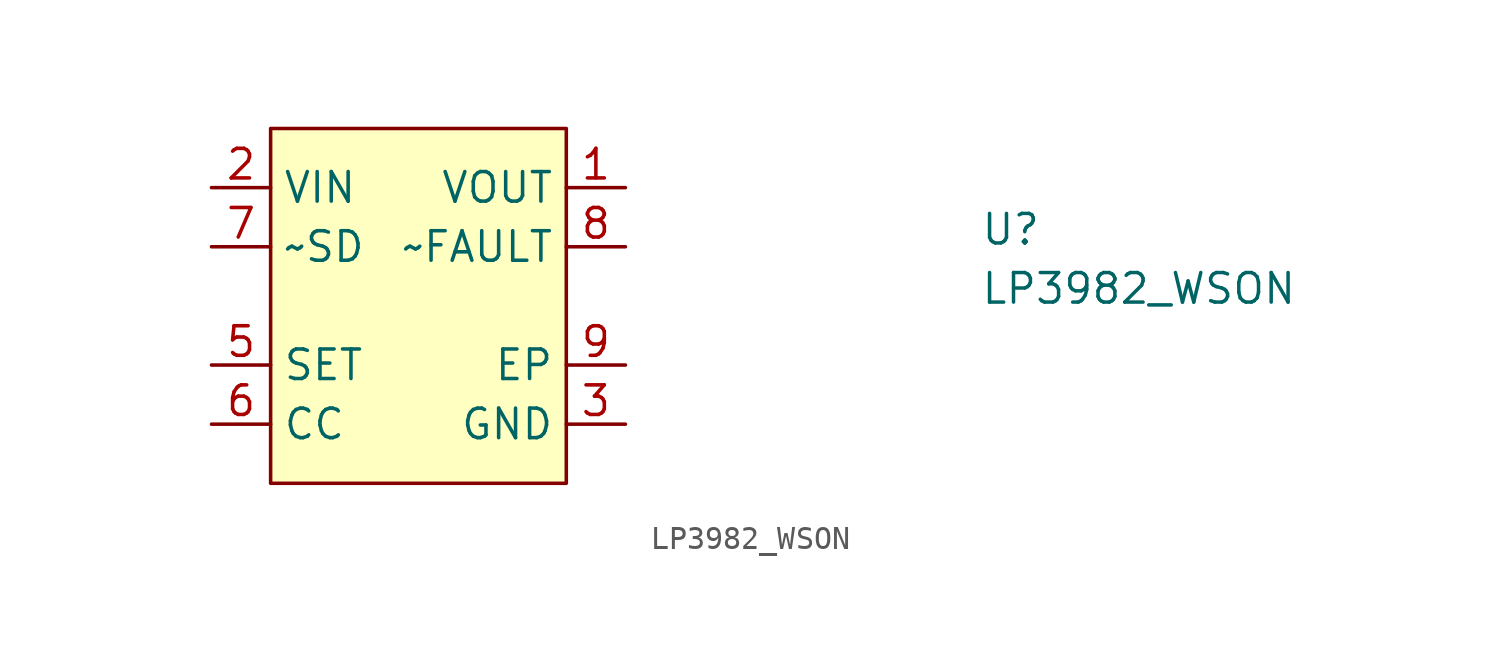
<source format=kicad_sym>
(kicad_symbol_lib
  (version 20211014)
  (generator kicad_symbol_editor)
  (symbol "LP3982_WSON"
    (property "Reference" "U"
      (at 33.02 -2.54 0)
      (effects (font (size 1.27 1.27) (thickness 0.15)) (justify left bottom)))
    (property "Value" "LP3982_WSON"
      (at 33.02 -5.08 0)
      (effects (font (size 1.27 1.27) (thickness 0.15)) (justify left bottom)))
    (symbol "LP3982_WSON_0_1"
      (rectangle (start 2.54 2.54) (end 15.24 -12.7) (stroke (width 0) (type default) (color 0 0 0 0)) (fill (type background))))
    (symbol "LP3982_WSON_1_1"
      (pin power_out line (at 17.78 0 180) (length 2.54) (name "VOUT" (effects (font (size 1.27 1.27)))) (number "1" (effects (font (size 1.27 1.27)))))
      (pin power_in line (at 0 0 0) (length 2.54) (name "VIN" (effects (font (size 1.27 1.27)))) (number "2" (effects (font (size 1.27 1.27)))))
      (pin power_in line (at 17.78 -10.16 180) (length 2.54) (name "GND" (effects (font (size 1.27 1.27)))) (number "3" (effects (font (size 1.27 1.27)))))
      (pin passive line (at 17.78 0 180) (length 2.54) hide (name "VOUT" (effects (font (size 1.27 1.27)))) (number "4" (effects (font (size 1.27 1.27)))))
      (pin input line (at 0 -7.62 0) (length 2.54) (name "SET" (effects (font (size 1.27 1.27)))) (number "5" (effects (font (size 1.27 1.27)))))
      (pin passive line (at 0 -10.16 0) (length 2.54) (name "CC" (effects (font (size 1.27 1.27)))) (number "6" (effects (font (size 1.27 1.27)))))
      (pin passive line (at 0 -2.54 0) (length 2.54) (name "~SD" (effects (font (size 1.27 1.27)))) (number "7" (effects (font (size 1.27 1.27)))))
      (pin passive line (at 17.78 -2.54 180) (length 2.54) (name "~FAULT" (effects (font (size 1.27 1.27)))) (number "8" (effects (font (size 1.27 1.27)))))
      (pin passive line (at 17.78 -7.62 180) (length 2.54) (name "EP" (effects (font (size 1.27 1.27)))) (number "9" (effects (font (size 1.27 1.27))))))))
</source>
